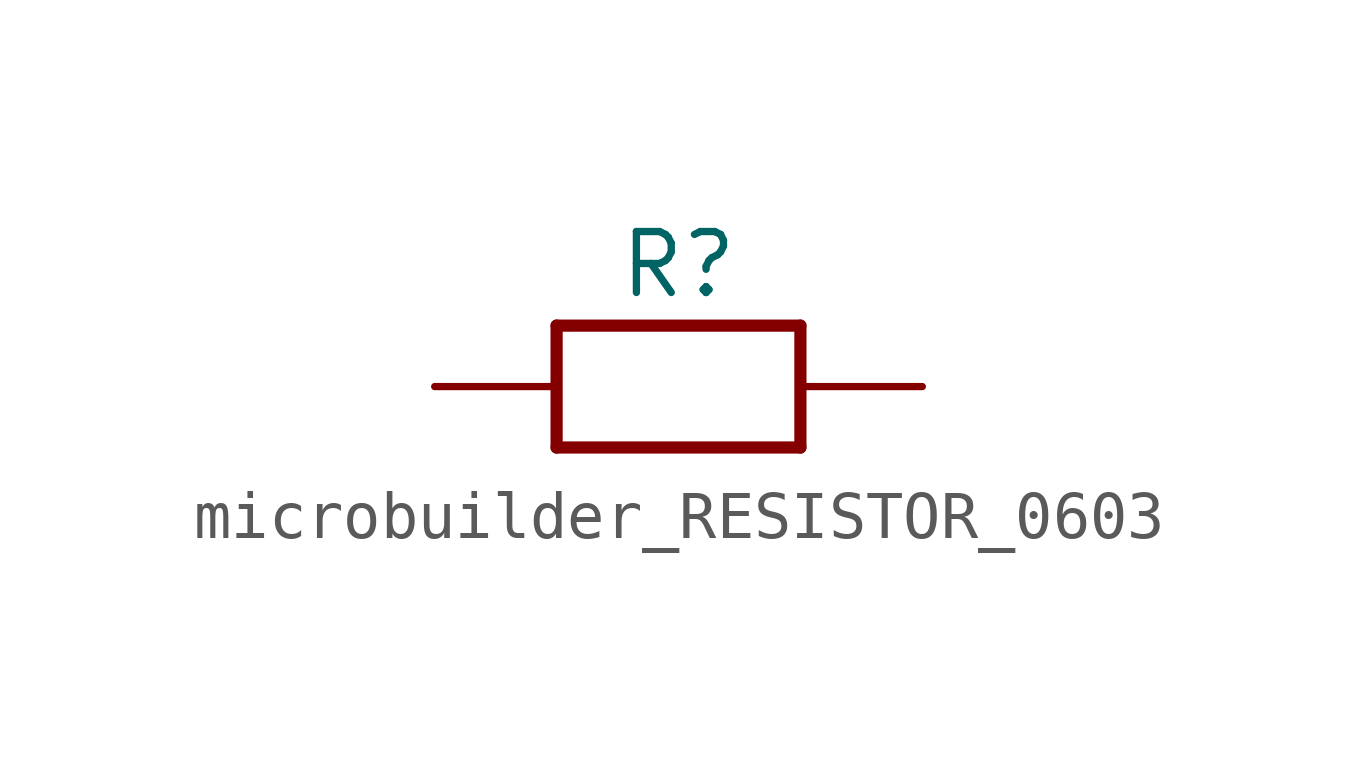
<source format=kicad_sym>
(kicad_symbol_lib
  (version 20231120)
  (generator "kicad_symbol_editor")
  (generator_version "8.0")
  (symbol "microbuilder_RESISTOR_0603"
    (property "Reference" "R"
      (at 0 2.54 0)
      (effects (font (size 1.27 1.27))))
    (property "Value" ""
      (at 0 0 0)
      (effects (font (size 1.016 1.016) (thickness 0.203) (bold yes))))
    (property "ki_locked" ""
      (at 0 0 0)
      (effects (font (size 1.27 1.27))))
    (symbol "microbuilder_RESISTOR_0603_1_0"
      (polyline (pts (xy -2.54 -1.27) (xy -2.54 1.27)) (stroke (width 0.254) (type solid)) (fill (type none)))
      (polyline (pts (xy -2.54 1.27) (xy 2.54 1.27)) (stroke (width 0.254) (type solid)) (fill (type none)))
      (polyline (pts (xy 2.54 -1.27) (xy -2.54 -1.27)) (stroke (width 0.254) (type solid)) (fill (type none)))
      (polyline (pts (xy 2.54 1.27) (xy 2.54 -1.27)) (stroke (width 0.254) (type solid)) (fill (type none)))
      (pin passive line (at -5.08 0 0) (length 2.54) (name "1" (effects (font (size 0 0)))) (number "1" (effects (font (size 0 0)))))
      (pin passive line (at 5.08 0 180) (length 2.54) (name "2" (effects (font (size 0 0)))) (number "2" (effects (font (size 0 0))))))))
</source>
